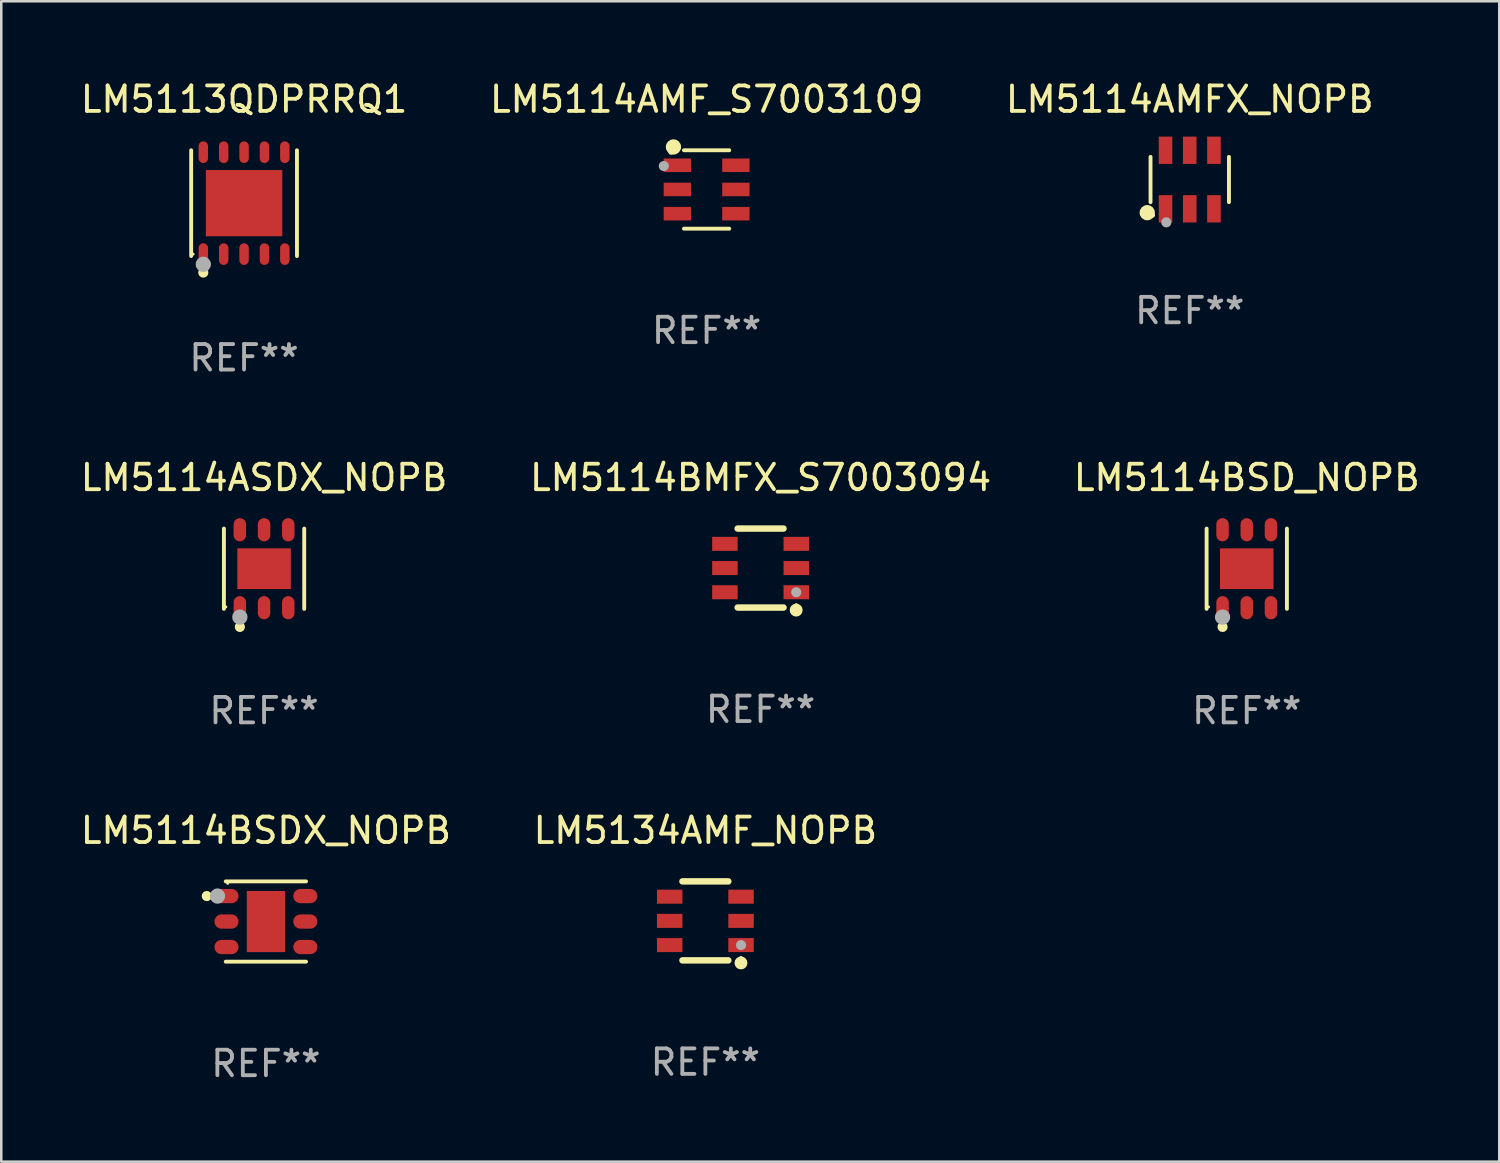
<source format=kicad_pcb>
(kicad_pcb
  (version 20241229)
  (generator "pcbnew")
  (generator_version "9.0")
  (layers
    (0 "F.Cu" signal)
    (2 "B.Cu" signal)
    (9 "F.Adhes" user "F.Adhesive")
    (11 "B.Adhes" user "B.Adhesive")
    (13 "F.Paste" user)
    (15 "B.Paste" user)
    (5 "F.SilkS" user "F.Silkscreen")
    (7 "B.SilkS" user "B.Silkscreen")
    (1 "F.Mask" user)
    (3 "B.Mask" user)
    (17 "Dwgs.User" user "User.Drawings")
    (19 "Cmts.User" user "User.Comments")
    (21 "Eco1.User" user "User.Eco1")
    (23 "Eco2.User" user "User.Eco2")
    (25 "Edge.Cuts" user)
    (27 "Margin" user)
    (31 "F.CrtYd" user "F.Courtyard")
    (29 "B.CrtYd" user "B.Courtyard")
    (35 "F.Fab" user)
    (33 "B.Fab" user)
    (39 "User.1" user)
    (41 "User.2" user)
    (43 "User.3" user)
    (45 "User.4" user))
  (footprint "LM5114AMFX_NOPB"
    (layer "F.Cu")
    (at 43.649 3.997)
    (property "Reference" "LM5114AMFX_NOPB" (at 0 -3.149 0) (layer "F.SilkS") (effects (font (size 1 1) (thickness 0.15))))
    (attr through_hole)
    (fp_line (start -1.539 0.889) (end -1.539 -0.889) (stroke (width 0.152) (type solid)) (layer "F.SilkS"))
    (fp_line (start 1.539 0.889) (end 1.539 -0.889) (stroke (width 0.152) (type solid)) (layer "F.SilkS"))
    (fp_circle (center -1.668 1.301) (end -1.518 1.301) (stroke (width 0.3) (type solid)) (fill no) (layer "F.SilkS"))
    (fp_circle (center -1.463 1.4) (end -1.413 1.4) (stroke (width 0.1) (type solid)) (fill no) (layer "F.SilkS"))
    (fp_circle (center -0.92 1.68) (end -0.82 1.68) (stroke (width 0.2) (type solid)) (fill no) (layer "F.Fab"))
    (fp_text user "REF**" (at 0 5.149 0) (layer "F.Fab") (effects (font (size 1 1) (thickness 0.15))))
    (pad "1" smd rect (at -0.95 1.149) (size 0.532 1.072) (layers "F.Cu" "F.Mask" "F.Paste"))
    (pad "2" smd rect (at 0 1.149) (size 0.532 1.072) (layers "F.Cu" "F.Mask" "F.Paste"))
    (pad "3" smd rect (at 0.95 1.149) (size 0.532 1.072) (layers "F.Cu" "F.Mask" "F.Paste"))
    (pad "4" smd rect (at 0.95 -1.149) (size 0.532 1.072) (layers "F.Cu" "F.Mask" "F.Paste"))
    (pad "5" smd rect (at 0 -1.149) (size 0.532 1.072) (layers "F.Cu" "F.Mask" "F.Paste"))
    (pad "6" smd rect (at -0.95 -1.149) (size 0.532 1.072) (layers "F.Cu" "F.Mask" "F.Paste")))
  (footprint "LM5134AMF_NOPB"
    (layer "F.Cu")
    (at 24.637 33.096)
    (property "Reference" "LM5134AMF_NOPB" (at 0 -3.55 0) (layer "F.SilkS") (effects (font (size 1 1) (thickness 0.15))))
    (attr through_hole)
    (fp_line (start -0.9 -1.55) (end 0.9 -1.55) (stroke (width 0.254) (type solid)) (layer "F.SilkS"))
    (fp_line (start -0.9 1.55) (end 0.9 1.55) (stroke (width 0.254) (type solid)) (layer "F.SilkS"))
    (fp_circle (center 1.397 1.651) (end 1.524 1.651) (stroke (width 0.254) (type solid)) (fill no) (layer "F.SilkS"))
    (fp_circle (center 1.4 1.435) (end 1.43 1.435) (stroke (width 0.06) (type solid)) (fill no) (layer "F.SilkS"))
    (fp_circle (center 1.4 0.95) (end 1.5 0.95) (stroke (width 0.2) (type solid)) (fill no) (layer "F.Fab"))
    (fp_text user "REF**" (at 0 5.55 0) (layer "F.Fab") (effects (font (size 1 1) (thickness 0.15))))
    (pad "1" smd rect (at 1.4 0.95) (size 1 0.55) (layers "F.Cu" "F.Mask" "F.Paste"))
    (pad "2" smd rect (at 1.4 -0.000102) (size 1 0.55) (layers "F.Cu" "F.Mask" "F.Paste"))
    (pad "3" smd rect (at 1.4 -0.95) (size 1 0.55) (layers "F.Cu" "F.Mask" "F.Paste"))
    (pad "4" smd rect (at -1.4 -0.95) (size 1 0.55) (layers "F.Cu" "F.Mask" "F.Paste"))
    (pad "5" smd rect (at -1.4 -0.000102) (size 1 0.55) (layers "F.Cu" "F.Mask" "F.Paste"))
    (pad "6" smd rect (at -1.4 0.95) (size 1 0.55) (layers "F.Cu" "F.Mask" "F.Paste")))
  (footprint "LM5114BMFX_S7003094"
    (layer "F.Cu")
    (at 26.804 19.247)
    (property "Reference" "LM5114BMFX_S7003094" (at 0 -3.55 0) (layer "F.SilkS") (effects (font (size 1 1) (thickness 0.15))))
    (attr through_hole)
    (fp_line (start -0.9 -1.55) (end 0.9 -1.55) (stroke (width 0.254) (type solid)) (layer "F.SilkS"))
    (fp_line (start -0.9 1.55) (end 0.9 1.55) (stroke (width 0.254) (type solid)) (layer "F.SilkS"))
    (fp_circle (center 1.397 1.651) (end 1.524 1.651) (stroke (width 0.254) (type solid)) (fill no) (layer "F.SilkS"))
    (fp_circle (center 1.4 1.435) (end 1.43 1.435) (stroke (width 0.06) (type solid)) (fill no) (layer "F.SilkS"))
    (fp_circle (center 1.4 0.95) (end 1.5 0.95) (stroke (width 0.2) (type solid)) (fill no) (layer "F.Fab"))
    (fp_text user "REF**" (at 0 5.55 0) (layer "F.Fab") (effects (font (size 1 1) (thickness 0.15))))
    (pad "1" smd rect (at 1.4 0.95) (size 1 0.55) (layers "F.Cu" "F.Mask" "F.Paste"))
    (pad "2" smd rect (at 1.4 -0.000102) (size 1 0.55) (layers "F.Cu" "F.Mask" "F.Paste"))
    (pad "3" smd rect (at 1.4 -0.95) (size 1 0.55) (layers "F.Cu" "F.Mask" "F.Paste"))
    (pad "4" smd rect (at -1.4 -0.95) (size 1 0.55) (layers "F.Cu" "F.Mask" "F.Paste"))
    (pad "5" smd rect (at -1.4 -0.000102) (size 1 0.55) (layers "F.Cu" "F.Mask" "F.Paste"))
    (pad "6" smd rect (at -1.4 0.95) (size 1 0.55) (layers "F.Cu" "F.Mask" "F.Paste")))
  (footprint "LM5113QDPRRQ1"
    (layer "F.Cu")
    (at 6.53 4.924)
    (property "Reference" "LM5113QDPRRQ1" (at 0 -4.076 0) (layer "F.SilkS") (effects (font (size 1 1) (thickness 0.15))))
    (attr through_hole)
    (fp_line (start -2.076 2.076) (end -2.076 -2.076) (stroke (width 0.152) (type solid)) (layer "F.SilkS"))
    (fp_line (start 2.076 -2.076) (end 2.076 2.076) (stroke (width 0.152) (type solid)) (layer "F.SilkS"))
    (fp_circle (center -2 2) (end -1.97 2) (stroke (width 0.06) (type solid)) (fill no) (layer "F.SilkS"))
    (fp_circle (center -1.6 2.725) (end -1.5 2.725) (stroke (width 0.2) (type solid)) (fill no) (layer "F.SilkS"))
    (fp_circle (center -1.6 2.4) (end -1.45 2.4) (stroke (width 0.3) (type solid)) (fill no) (layer "F.Fab"))
    (fp_text user "REF**" (at 0 6.076 0) (layer "F.Fab") (effects (font (size 1 1) (thickness 0.15))))
    (pad "1" smd oval (at -1.6 2) (size 0.371 0.85) (layers "F.Cu" "F.Mask" "F.Paste"))
    (pad "2" smd oval (at -0.8 2) (size 0.371 0.85) (layers "F.Cu" "F.Mask" "F.Paste"))
    (pad "3" smd oval (at 0 2) (size 0.371 0.85) (layers "F.Cu" "F.Mask" "F.Paste"))
    (pad "4" smd oval (at 0.8 2) (size 0.371 0.85) (layers "F.Cu" "F.Mask" "F.Paste"))
    (pad "5" smd oval (at 1.6 2) (size 0.371 0.85) (layers "F.Cu" "F.Mask" "F.Paste"))
    (pad "6" smd oval (at 1.6 -2) (size 0.371 0.85) (layers "F.Cu" "F.Mask" "F.Paste"))
    (pad "7" smd oval (at 0.8 -2) (size 0.371 0.85) (layers "F.Cu" "F.Mask" "F.Paste"))
    (pad "8" smd oval (at 0 -2) (size 0.371 0.85) (layers "F.Cu" "F.Mask" "F.Paste"))
    (pad "9" smd oval (at -0.8 -2) (size 0.371 0.85) (layers "F.Cu" "F.Mask" "F.Paste"))
    (pad "10" smd oval (at -1.6 -2) (size 0.371 0.85) (layers "F.Cu" "F.Mask" "F.Paste"))
    (pad "11" smd rect (at 0 0) (size 3 2.6) (layers "F.Cu" "F.Mask" "F.Paste")))
  (footprint "LM5114ASDX_NOPB"
    (layer "F.Cu")
    (at 7.315 19.273)
    (property "Reference" "LM5114ASDX_NOPB" (at 0 -3.576 0) (layer "F.SilkS") (effects (font (size 1 1) (thickness 0.15))))
    (attr through_hole)
    (fp_line (start -1.576 1.576) (end -1.576 -1.576) (stroke (width 0.152) (type solid)) (layer "F.SilkS"))
    (fp_line (start 1.576 -1.576) (end 1.576 1.576) (stroke (width 0.152) (type solid)) (layer "F.SilkS"))
    (fp_circle (center -1.5 1.5) (end -1.47 1.5) (stroke (width 0.06) (type solid)) (fill no) (layer "F.SilkS"))
    (fp_circle (center -0.95 2.285) (end -0.85 2.285) (stroke (width 0.2) (type solid)) (fill no) (layer "F.SilkS"))
    (fp_circle (center -0.95 1.9) (end -0.8 1.9) (stroke (width 0.3) (type solid)) (fill no) (layer "F.Fab"))
    (fp_text user "REF**" (at 0 5.576 0) (layer "F.Fab") (effects (font (size 1 1) (thickness 0.15))))
    (pad "1" smd oval (at -0.95 1.53) (size 0.49 0.91) (layers "F.Cu" "F.Mask" "F.Paste"))
    (pad "2" smd oval (at 0 1.53) (size 0.49 0.91) (layers "F.Cu" "F.Mask" "F.Paste"))
    (pad "3" smd oval (at 0.95 1.53) (size 0.49 0.91) (layers "F.Cu" "F.Mask" "F.Paste"))
    (pad "4" smd oval (at 0.95 -1.53) (size 0.49 0.91) (layers "F.Cu" "F.Mask" "F.Paste"))
    (pad "5" smd oval (at 0 -1.53) (size 0.49 0.91) (layers "F.Cu" "F.Mask" "F.Paste"))
    (pad "6" smd oval (at -0.95 -1.53) (size 0.49 0.91) (layers "F.Cu" "F.Mask" "F.Paste"))
    (pad "7" smd rect (at 0 0) (size 2.1 1.6) (layers "F.Cu" "F.Mask" "F.Paste")))
  (footprint "LM5114AMF_S7003109"
    (layer "F.Cu")
    (at 24.685 4.387)
    (property "Reference" "LM5114AMF_S7003109" (at 0 -3.539 0) (layer "F.SilkS") (effects (font (size 1 1) (thickness 0.15))))
    (attr through_hole)
    (fp_line (start -0.889 -1.539) (end 0.889 -1.539) (stroke (width 0.152) (type solid)) (layer "F.SilkS"))
    (fp_line (start -0.889 1.539) (end 0.889 1.539) (stroke (width 0.152) (type solid)) (layer "F.SilkS"))
    (fp_circle (center -1.4 -1.463) (end -1.35 -1.463) (stroke (width 0.1) (type solid)) (fill no) (layer "F.SilkS"))
    (fp_circle (center -1.301 -1.668) (end -1.151 -1.668) (stroke (width 0.3) (type solid)) (fill no) (layer "F.SilkS"))
    (fp_circle (center -1.68 -0.92) (end -1.58 -0.92) (stroke (width 0.2) (type solid)) (fill no) (layer "F.Fab"))
    (fp_text user "REF**" (at 0 5.539 0) (layer "F.Fab") (effects (font (size 1 1) (thickness 0.15))))
    (pad "1" smd rect (at -1.149 -0.95 270) (size 0.532 1.072) (layers "F.Cu" "F.Mask" "F.Paste"))
    (pad "2" smd rect (at -1.149 0.000102 270) (size 0.532 1.072) (layers "F.Cu" "F.Mask" "F.Paste"))
    (pad "3" smd rect (at -1.149 0.95 270) (size 0.532 1.072) (layers "F.Cu" "F.Mask" "F.Paste"))
    (pad "4" smd rect (at 1.149 0.95 270) (size 0.532 1.072) (layers "F.Cu" "F.Mask" "F.Paste"))
    (pad "5" smd rect (at 1.149 0.000102 270) (size 0.532 1.072) (layers "F.Cu" "F.Mask" "F.Paste"))
    (pad "6" smd rect (at 1.149 -0.95 270) (size 0.532 1.072) (layers "F.Cu" "F.Mask" "F.Paste")))
  (footprint "LM5114BSDX_NOPB"
    (layer "F.Cu")
    (at 7.387 33.122)
    (property "Reference" "LM5114BSDX_NOPB" (at 0 -3.576 0) (layer "F.SilkS") (effects (font (size 1 1) (thickness 0.15))))
    (attr through_hole)
    (fp_line (start -1.576 -1.576) (end 1.576 -1.576) (stroke (width 0.152) (type solid)) (layer "F.SilkS"))
    (fp_line (start 1.576 1.576) (end -1.576 1.576) (stroke (width 0.152) (type solid)) (layer "F.SilkS"))
    (fp_circle (center -2.32 -1) (end -2.22 -1) (stroke (width 0.2) (type solid)) (fill no) (layer "F.SilkS"))
    (fp_circle (center -1.5 -1.5) (end -1.47 -1.5) (stroke (width 0.06) (type solid)) (fill no) (layer "F.SilkS"))
    (fp_circle (center -1.9 -1) (end -1.75 -1) (stroke (width 0.3) (type solid)) (fill no) (layer "F.Fab"))
    (fp_text user "REF**" (at 0 5.576 0) (layer "F.Fab") (effects (font (size 1 1) (thickness 0.15))))
    (pad "1" smd oval (at -1.547 -1 270) (size 0.56 0.945) (layers "F.Cu" "F.Mask" "F.Paste"))
    (pad "2" smd oval (at -1.547 0 270) (size 0.56 0.945) (layers "F.Cu" "F.Mask" "F.Paste"))
    (pad "3" smd oval (at -1.547 1 270) (size 0.56 0.945) (layers "F.Cu" "F.Mask" "F.Paste"))
    (pad "4" smd oval (at 1.548 1 270) (size 0.56 0.945) (layers "F.Cu" "F.Mask" "F.Paste"))
    (pad "5" smd oval (at 1.548 0 270) (size 0.56 0.945) (layers "F.Cu" "F.Mask" "F.Paste"))
    (pad "6" smd oval (at 1.548 -1 270) (size 0.56 0.945) (layers "F.Cu" "F.Mask" "F.Paste"))
    (pad "7" smd rect (at 0 0) (size 1.5 2.4) (layers "F.Cu" "F.Mask" "F.Paste")))
  (footprint "LM5114BSD_NOPB"
    (layer "F.Cu")
    (at 45.887 19.273)
    (property "Reference" "LM5114BSD_NOPB" (at 0 -3.576 0) (layer "F.SilkS") (effects (font (size 1 1) (thickness 0.15))))
    (attr through_hole)
    (fp_line (start -1.576 1.576) (end -1.576 -1.576) (stroke (width 0.152) (type solid)) (layer "F.SilkS"))
    (fp_line (start 1.576 -1.576) (end 1.576 1.576) (stroke (width 0.152) (type solid)) (layer "F.SilkS"))
    (fp_circle (center -1.5 1.5) (end -1.47 1.5) (stroke (width 0.06) (type solid)) (fill no) (layer "F.SilkS"))
    (fp_circle (center -0.95 2.285) (end -0.85 2.285) (stroke (width 0.2) (type solid)) (fill no) (layer "F.SilkS"))
    (fp_circle (center -0.95 1.9) (end -0.8 1.9) (stroke (width 0.3) (type solid)) (fill no) (layer "F.Fab"))
    (fp_text user "REF**" (at 0 5.576 0) (layer "F.Fab") (effects (font (size 1 1) (thickness 0.15))))
    (pad "1" smd oval (at -0.95 1.53) (size 0.49 0.91) (layers "F.Cu" "F.Mask" "F.Paste"))
    (pad "2" smd oval (at 0 1.53) (size 0.49 0.91) (layers "F.Cu" "F.Mask" "F.Paste"))
    (pad "3" smd oval (at 0.95 1.53) (size 0.49 0.91) (layers "F.Cu" "F.Mask" "F.Paste"))
    (pad "4" smd oval (at 0.95 -1.53) (size 0.49 0.91) (layers "F.Cu" "F.Mask" "F.Paste"))
    (pad "5" smd oval (at 0 -1.53) (size 0.49 0.91) (layers "F.Cu" "F.Mask" "F.Paste"))
    (pad "6" smd oval (at -0.95 -1.53) (size 0.49 0.91) (layers "F.Cu" "F.Mask" "F.Paste"))
    (pad "7" smd rect (at 0 0) (size 2.1 1.6) (layers "F.Cu" "F.Mask" "F.Paste")))
  (gr_rect
    (start -3 -3)
    (end 55.798 42.547)
    (stroke (width 0.1) (type default))
    (fill no)
    (layer "Edge.Cuts")))
</source>
